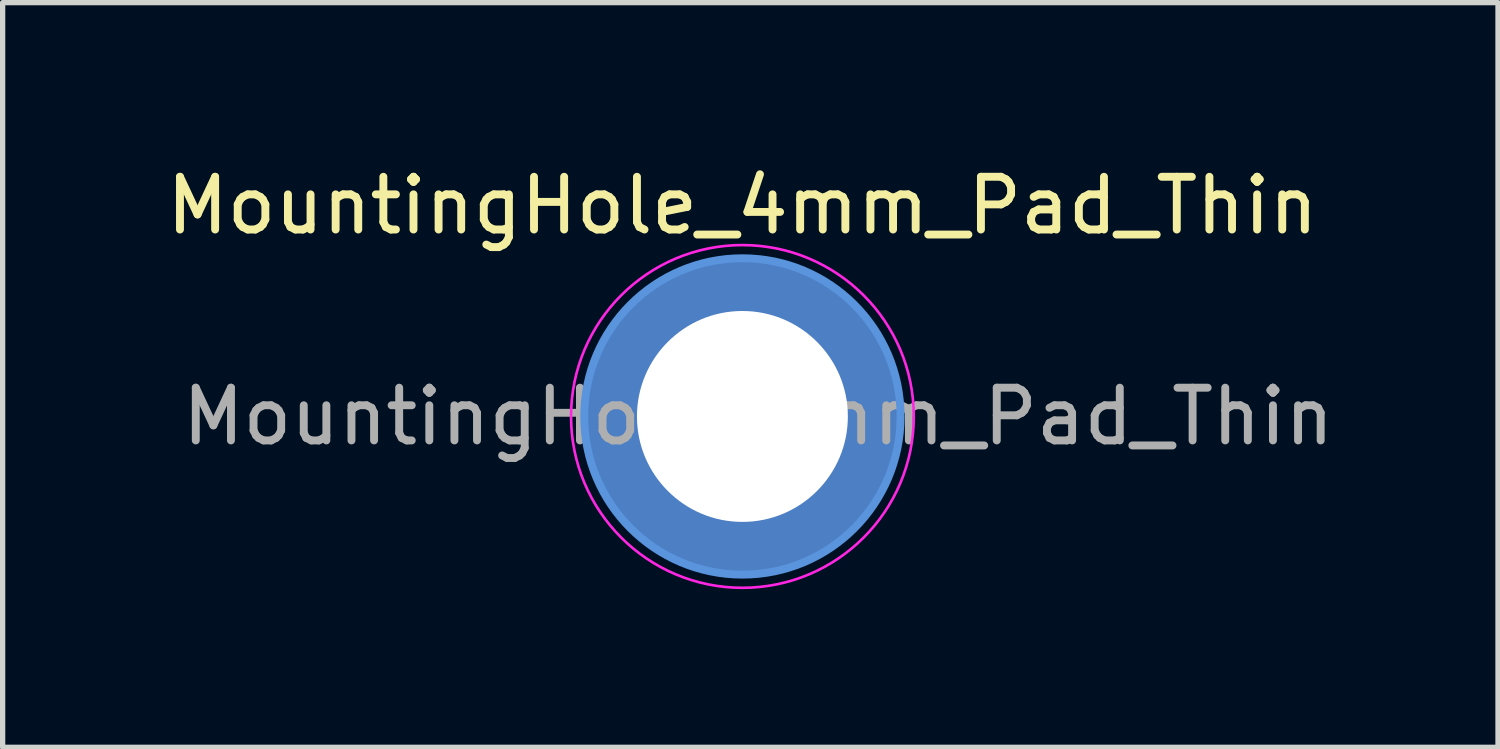
<source format=kicad_pcb>
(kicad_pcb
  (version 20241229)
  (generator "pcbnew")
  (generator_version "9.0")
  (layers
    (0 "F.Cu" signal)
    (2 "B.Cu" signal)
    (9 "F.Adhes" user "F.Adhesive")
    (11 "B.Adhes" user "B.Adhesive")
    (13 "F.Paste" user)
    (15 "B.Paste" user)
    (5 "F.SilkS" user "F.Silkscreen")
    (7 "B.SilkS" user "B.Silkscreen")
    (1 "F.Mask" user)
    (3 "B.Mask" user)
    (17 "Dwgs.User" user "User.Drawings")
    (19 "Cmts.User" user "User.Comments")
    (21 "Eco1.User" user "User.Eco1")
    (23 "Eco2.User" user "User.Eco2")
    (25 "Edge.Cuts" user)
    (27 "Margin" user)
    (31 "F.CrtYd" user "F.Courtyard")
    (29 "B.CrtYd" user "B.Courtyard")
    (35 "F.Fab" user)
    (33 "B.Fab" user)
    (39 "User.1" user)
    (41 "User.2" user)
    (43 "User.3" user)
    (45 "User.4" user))
  (footprint "MountingHole_4mm_Pad_Thin"
    (layer "F.Cu")
    (at 11.03 4.848)
    (property "Reference" "MountingHole_4mm_Pad_Thin" (at 0 -4 0) (layer "F.SilkS") (effects (font (size 1 1) (thickness 0.15))))
    (attr exclude_from_pos_files exclude_from_bom)
    (fp_circle (center 0 0) (end 3 0) (stroke (width 0.15) (type solid)) (fill no) (layer "Cmts.User"))
    (fp_circle (center 0 0) (end 3.25 0) (stroke (width 0.05) (type solid)) (fill no) (layer "F.CrtYd"))
    (fp_text user "${REFERENCE}" (at 0.3 0 0) (layer "F.Fab") (effects (font (size 1 1) (thickness 0.15))))
    (pad "1" thru_hole circle (at 0 0) (size 6 6) (drill 4) (layers "*.Cu" "*.Mask")))
  (gr_rect
    (start -3 -3)
    (end 25.36 11.123)
    (stroke (width 0.1) (type default))
    (fill no)
    (layer "Edge.Cuts")))
</source>
